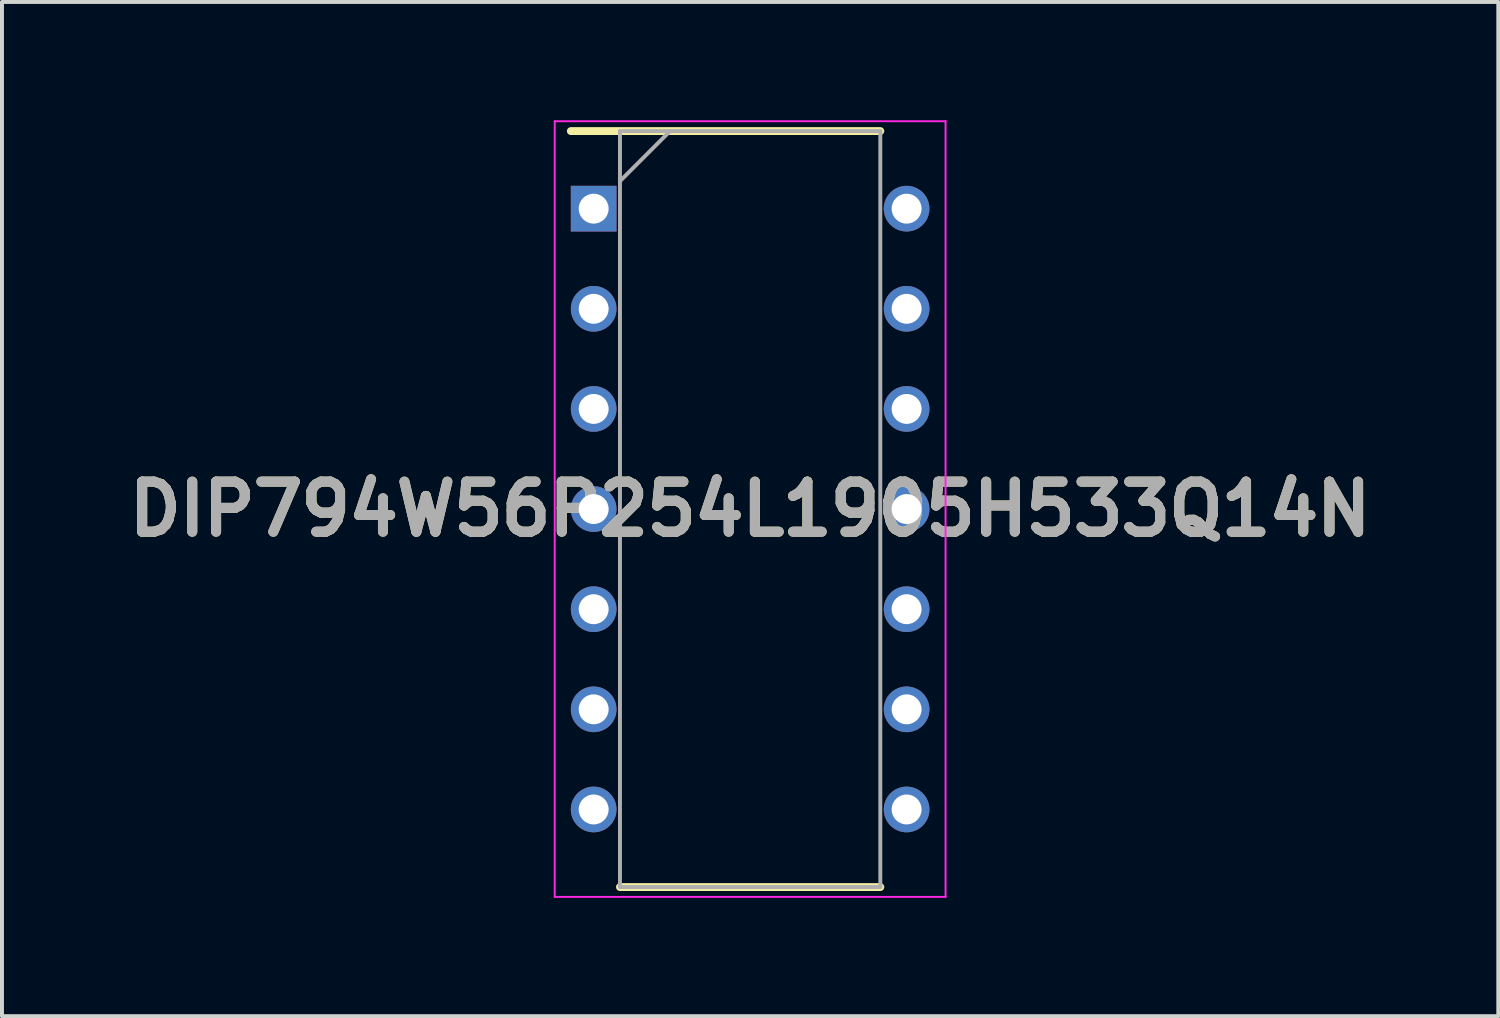
<source format=kicad_pcb>
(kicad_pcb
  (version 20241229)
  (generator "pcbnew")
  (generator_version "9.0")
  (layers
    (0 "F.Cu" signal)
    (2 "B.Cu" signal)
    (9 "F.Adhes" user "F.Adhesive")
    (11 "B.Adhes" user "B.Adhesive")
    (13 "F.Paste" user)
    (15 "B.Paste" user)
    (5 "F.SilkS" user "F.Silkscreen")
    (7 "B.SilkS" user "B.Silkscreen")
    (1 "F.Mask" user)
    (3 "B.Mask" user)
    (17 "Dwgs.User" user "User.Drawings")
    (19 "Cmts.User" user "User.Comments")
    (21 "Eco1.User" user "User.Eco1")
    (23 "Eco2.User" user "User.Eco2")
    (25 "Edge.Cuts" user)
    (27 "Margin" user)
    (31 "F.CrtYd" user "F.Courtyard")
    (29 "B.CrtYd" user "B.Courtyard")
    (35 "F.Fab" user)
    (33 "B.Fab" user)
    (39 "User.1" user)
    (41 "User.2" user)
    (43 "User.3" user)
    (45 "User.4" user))
  (footprint "DIP794W56P254L1905H533Q14N"
    (layer "F.Cu")
    (at 15.978 9.863)
    (property "Reference" "DIP794W56P254L1905H533Q14N" (at 0 0 0) (layer "F.SilkS") (effects (font (size 1.27 1.27) (thickness 0.254))))
    (attr through_hole)
    (fp_line (start -4.548 -9.588) (end 3.302 -9.588) (stroke (width 0.2) (type solid)) (layer "F.SilkS"))
    (fp_line (start -3.302 9.588) (end 3.302 9.588) (stroke (width 0.2) (type solid)) (layer "F.SilkS"))
    (fp_line (start -4.957 -9.838) (end 4.957 -9.838) (stroke (width 0.05) (type solid)) (layer "F.CrtYd"))
    (fp_line (start -4.957 9.838) (end -4.957 -9.838) (stroke (width 0.05) (type solid)) (layer "F.CrtYd"))
    (fp_line (start 4.957 -9.838) (end 4.957 9.838) (stroke (width 0.05) (type solid)) (layer "F.CrtYd"))
    (fp_line (start 4.957 9.838) (end -4.957 9.838) (stroke (width 0.05) (type solid)) (layer "F.CrtYd"))
    (fp_line (start -3.302 -9.588) (end 3.302 -9.588) (stroke (width 0.1) (type solid)) (layer "F.Fab"))
    (fp_line (start -3.302 -8.318) (end -2.032 -9.588) (stroke (width 0.1) (type solid)) (layer "F.Fab"))
    (fp_line (start -3.302 9.588) (end -3.302 -9.588) (stroke (width 0.1) (type solid)) (layer "F.Fab"))
    (fp_line (start 3.302 -9.588) (end 3.302 9.588) (stroke (width 0.1) (type solid)) (layer "F.Fab"))
    (fp_line (start 3.302 9.588) (end -3.302 9.588) (stroke (width 0.1) (type solid)) (layer "F.Fab"))
    (fp_text user "${REFERENCE}" (at 0 0 0) (layer "F.Fab") (effects (font (size 1.27 1.27) (thickness 0.254))))
    (pad "1" thru_hole rect (at -3.969 -7.62) (size 1.159 1.159) (drill 0.759) (layers "*.Cu" "*.Mask"))
    (pad "2" thru_hole circle (at -3.969 -5.08) (size 1.159 1.159) (drill 0.759) (layers "*.Cu" "*.Mask"))
    (pad "3" thru_hole circle (at -3.969 -2.54) (size 1.159 1.159) (drill 0.759) (layers "*.Cu" "*.Mask"))
    (pad "4" thru_hole circle (at -3.969 0) (size 1.159 1.159) (drill 0.759) (layers "*.Cu" "*.Mask"))
    (pad "5" thru_hole circle (at -3.969 2.54) (size 1.159 1.159) (drill 0.759) (layers "*.Cu" "*.Mask"))
    (pad "6" thru_hole circle (at -3.969 5.08) (size 1.159 1.159) (drill 0.759) (layers "*.Cu" "*.Mask"))
    (pad "7" thru_hole circle (at -3.969 7.62) (size 1.159 1.159) (drill 0.759) (layers "*.Cu" "*.Mask"))
    (pad "8" thru_hole circle (at 3.969 7.62) (size 1.159 1.159) (drill 0.759) (layers "*.Cu" "*.Mask"))
    (pad "9" thru_hole circle (at 3.969 5.08) (size 1.159 1.159) (drill 0.759) (layers "*.Cu" "*.Mask"))
    (pad "10" thru_hole circle (at 3.969 2.54) (size 1.159 1.159) (drill 0.759) (layers "*.Cu" "*.Mask"))
    (pad "11" thru_hole circle (at 3.969 0) (size 1.159 1.159) (drill 0.759) (layers "*.Cu" "*.Mask"))
    (pad "12" thru_hole circle (at 3.969 -2.54) (size 1.159 1.159) (drill 0.759) (layers "*.Cu" "*.Mask"))
    (pad "13" thru_hole circle (at 3.969 -5.08) (size 1.159 1.159) (drill 0.759) (layers "*.Cu" "*.Mask"))
    (pad "14" thru_hole circle (at 3.969 -7.62) (size 1.159 1.159) (drill 0.759) (layers "*.Cu" "*.Mask")))
  (gr_rect
    (start -3 -3)
    (end 34.956 22.726)
    (stroke (width 0.1) (type default))
    (fill no)
    (layer "Edge.Cuts")))
</source>
